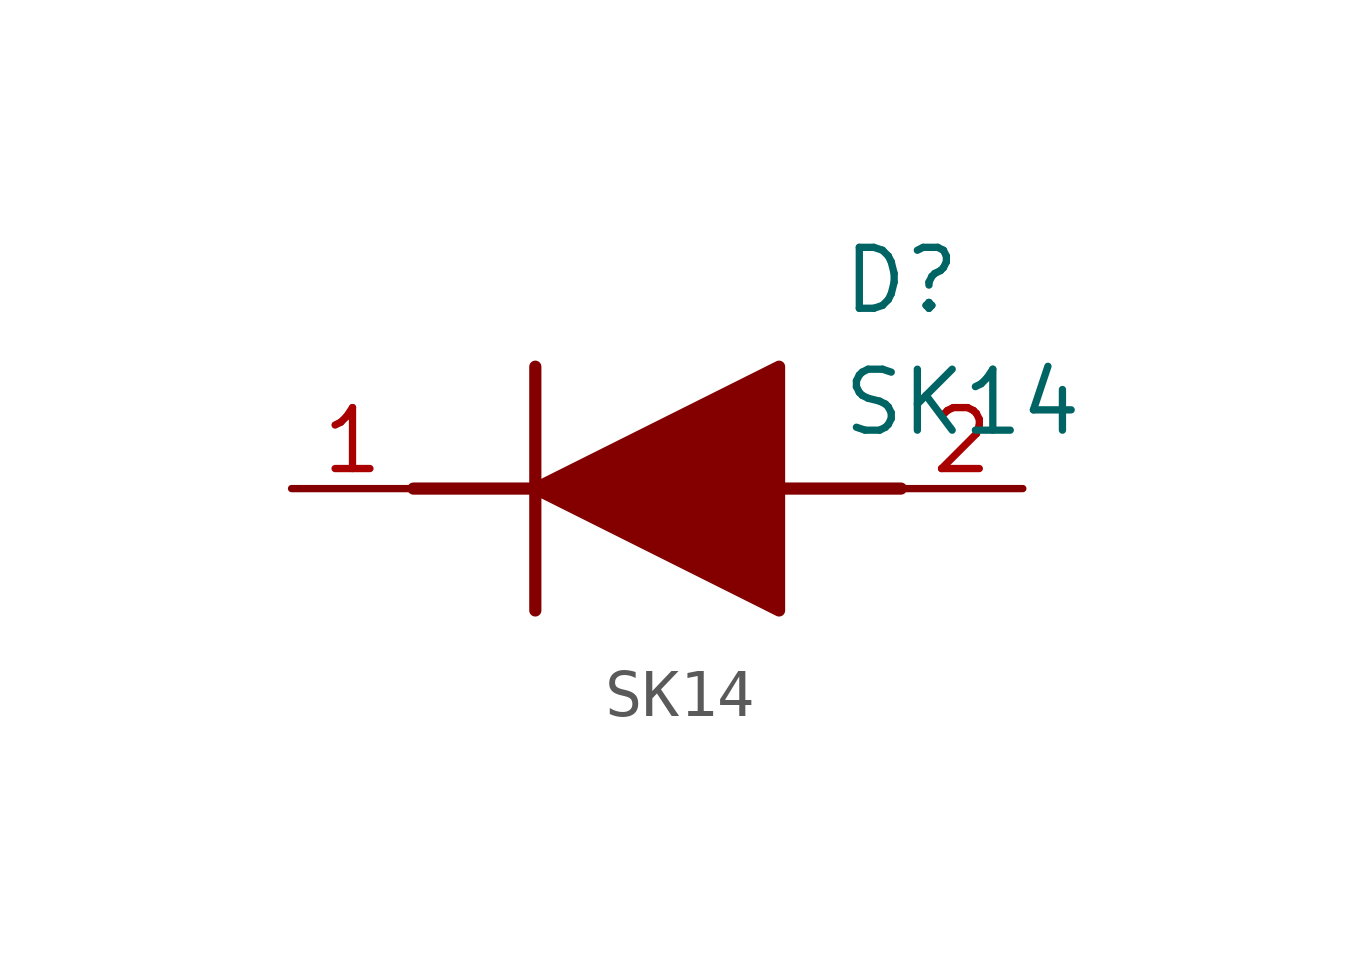
<source format=kicad_sym>
(kicad_symbol_lib
  (version 20211014)
  (generator SamacSys_ECAD_Model)
  (symbol "SK14"
    (pin_names hide)
    (property "Reference" "D"
      (at 11.43 5.08 0)
      (effects (font (size 1.27 1.27)) (justify left top)))
    (property "Value" "SK14"
      (at 11.43 2.54 0)
      (effects (font (size 1.27 1.27)) (justify left top)))
    (polyline
      (pts (xy 5.08 2.54) (xy 5.08 -2.54))
      (stroke (width 0.254) (type default))
      (fill (type none)))
    (polyline
      (pts (xy 2.54 0) (xy 5.08 0))
      (stroke (width 0.254) (type default))
      (fill (type none)))
    (polyline
      (pts (xy 10.16 0) (xy 12.7 0))
      (stroke (width 0.254) (type default))
      (fill (type none)))
    (polyline
      (pts (xy 5.08 0) (xy 10.16 2.54) (xy 10.16 -2.54) (xy 5.08 0))
      (stroke (width 0.254) (type default))
      (fill (type outline)))
    (pin passive line
      (at 0 0 0)
      (length 2.54)
      (name "K" (effects (font (size 1.27 1.27))))
      (number "1" (effects (font (size 1.27 1.27)))))
    (pin passive line
      (at 15.24 0 180)
      (length 2.54)
      (name "A" (effects (font (size 1.27 1.27))))
      (number "2" (effects (font (size 1.27 1.27)))))))
</source>
